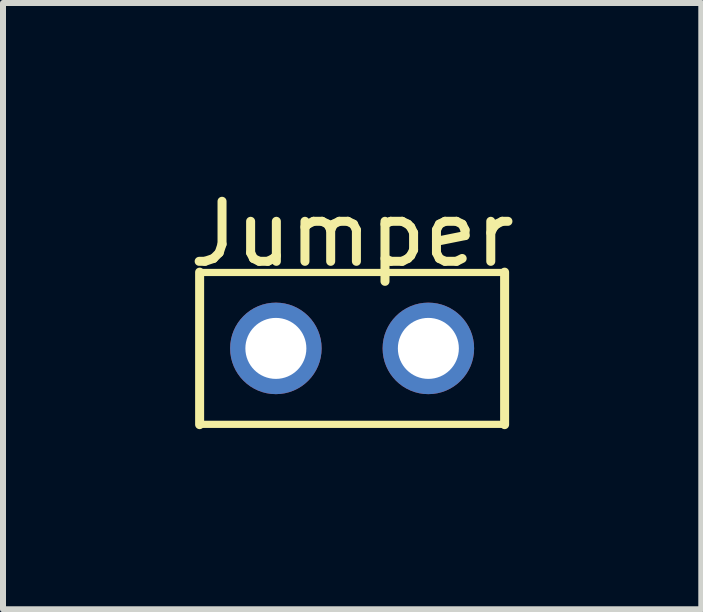
<source format=kicad_pcb>
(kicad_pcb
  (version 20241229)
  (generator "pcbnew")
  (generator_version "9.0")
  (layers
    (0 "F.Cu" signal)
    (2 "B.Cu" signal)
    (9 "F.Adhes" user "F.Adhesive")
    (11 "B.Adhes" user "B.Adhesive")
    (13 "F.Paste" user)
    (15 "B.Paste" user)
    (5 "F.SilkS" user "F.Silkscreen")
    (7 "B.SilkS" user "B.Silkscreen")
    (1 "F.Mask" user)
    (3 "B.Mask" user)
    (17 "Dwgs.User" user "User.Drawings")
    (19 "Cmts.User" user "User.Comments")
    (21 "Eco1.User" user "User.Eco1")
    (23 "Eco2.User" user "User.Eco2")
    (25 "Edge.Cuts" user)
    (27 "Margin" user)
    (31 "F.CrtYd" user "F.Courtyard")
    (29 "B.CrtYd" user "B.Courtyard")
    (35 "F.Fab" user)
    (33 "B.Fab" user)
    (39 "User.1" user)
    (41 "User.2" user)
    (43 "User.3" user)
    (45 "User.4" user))
  (footprint "Jumper"
    (layer "F.Cu")
    (at 1.545 2.753)
    (property "Reference" "Jumper" (at 1.27 -1.905 0) (layer "F.SilkS") (effects (font (size 1 1) (thickness 0.15))))
    (attr through_hole)
    (fp_line (start -1.27 -1.27) (end -1.27 1.27) (stroke (width 0.15) (type solid)) (layer "F.SilkS"))
    (fp_line (start -1.27 -1.265) (end 3.81 -1.265) (stroke (width 0.12) (type solid)) (layer "F.SilkS"))
    (fp_line (start 3.81 -1.27) (end 3.81 1.27) (stroke (width 0.15) (type solid)) (layer "F.SilkS"))
    (fp_line (start 3.81 1.265) (end -1.27 1.265) (stroke (width 0.12) (type solid)) (layer "F.SilkS"))
    (pad "1" thru_hole oval (at 0 0) (size 1.524 1.524) (drill 1.016) (layers "*.Cu" "*.Mask"))
    (pad "2" thru_hole oval (at 2.54 0) (size 1.524 1.524) (drill 1.016) (layers "*.Cu" "*.Mask")))
  (gr_rect
    (start -3 -3)
    (end 8.631 7.098)
    (stroke (width 0.1) (type default))
    (fill no)
    (layer "Edge.Cuts")))
</source>
